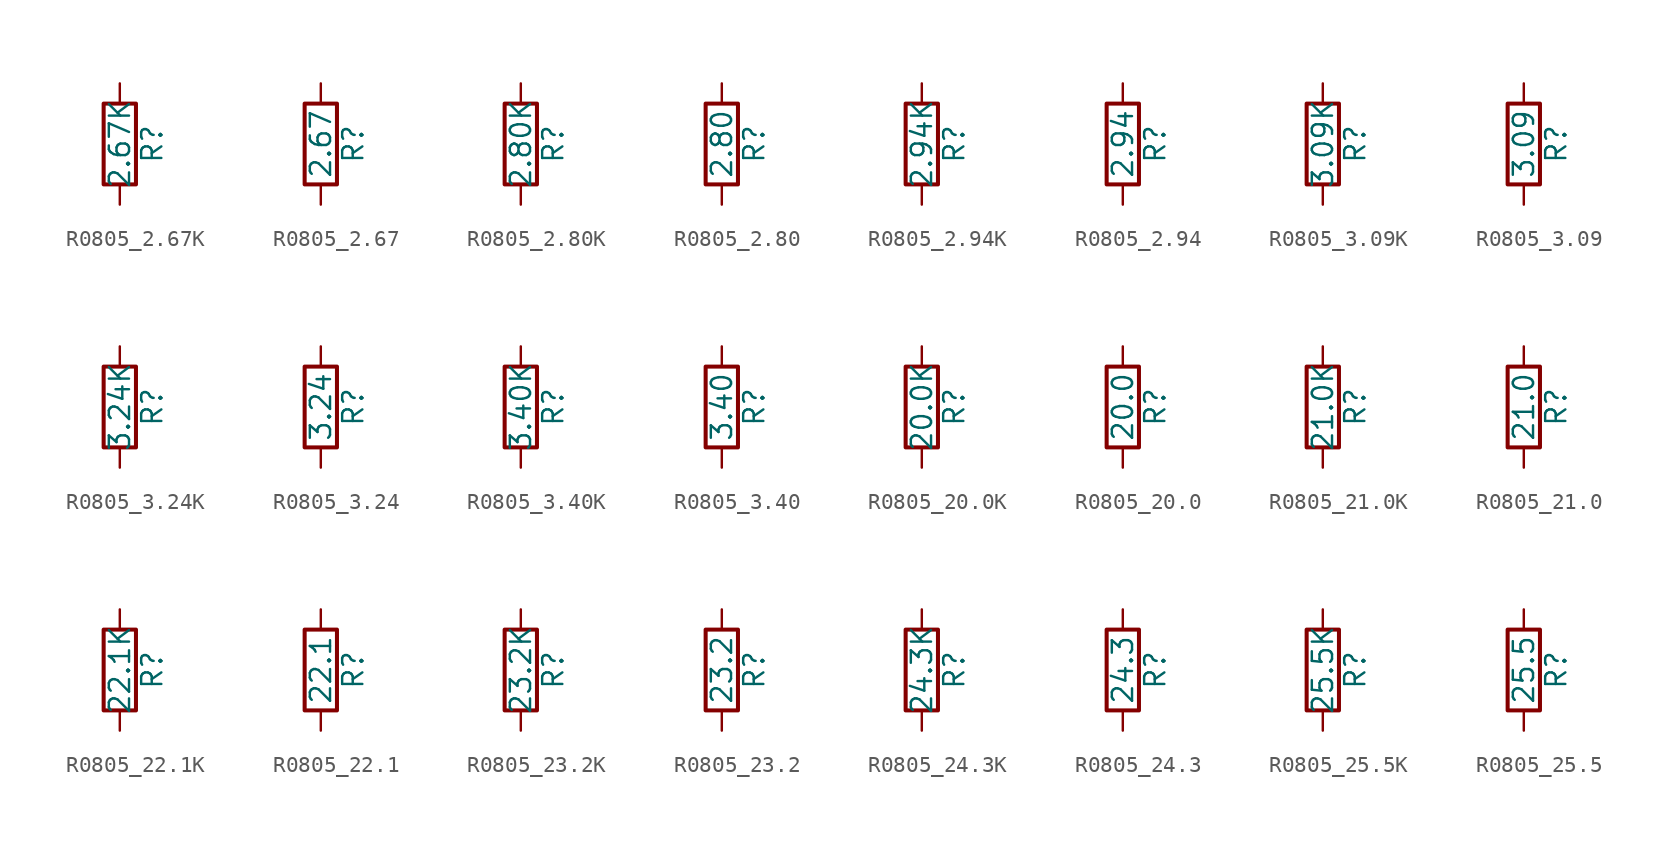
<source format=kicad_sym>
(kicad_symbol_lib
  (version 20211014)
  (generator atlantix-eda)
  (symbol "R0805_2.67K"
    (pin_numbers hide)
    (pin_names
      (offset 0))
    (property "Reference" "R"
      (at 2.032 0 90)
      (effects (font (size 1.27 1.27))))
    (property "Value" "2.67K"
      (at 0 0 90)
      (effects (font (size 1.27 1.27))))
    (symbol "R0805_2.67K_0_1"
      (rectangle (start -1.016 -2.54) (end 1.016 2.54) (stroke (width 0.254) (type default) (color 0 0 0 0)) (fill (type none))))
    (symbol "R0805_2.67K_1_1"
      (pin passive line (at 0 3.81 270) (length 1.27) (name "~" (effects (font (size 1.27 1.27)))) (number "1" (effects (font (size 1.27 1.27)))))
      (pin passive line (at 0 -3.81 90) (length 1.27) (name "~" (effects (font (size 1.27 1.27)))) (number "2" (effects (font (size 1.27 1.27)))))))
  (symbol "R0805_2.67"
    (pin_numbers hide)
    (pin_names
      (offset 0))
    (property "Reference" "R"
      (at 2.032 0 90)
      (effects (font (size 1.27 1.27))))
    (property "Value" "2.67"
      (at 0 0 90)
      (effects (font (size 1.27 1.27))))
    (symbol "R0805_2.67_0_1"
      (rectangle (start -1.016 -2.54) (end 1.016 2.54) (stroke (width 0.254) (type default) (color 0 0 0 0)) (fill (type none))))
    (symbol "R0805_2.67_1_1"
      (pin passive line (at 0 3.81 270) (length 1.27) (name "~" (effects (font (size 1.27 1.27)))) (number "1" (effects (font (size 1.27 1.27)))))
      (pin passive line (at 0 -3.81 90) (length 1.27) (name "~" (effects (font (size 1.27 1.27)))) (number "2" (effects (font (size 1.27 1.27)))))))
  (symbol "R0805_2.80K"
    (pin_numbers hide)
    (pin_names
      (offset 0))
    (property "Reference" "R"
      (at 2.032 0 90)
      (effects (font (size 1.27 1.27))))
    (property "Value" "2.80K"
      (at 0 0 90)
      (effects (font (size 1.27 1.27))))
    (symbol "R0805_2.80K_0_1"
      (rectangle (start -1.016 -2.54) (end 1.016 2.54) (stroke (width 0.254) (type default) (color 0 0 0 0)) (fill (type none))))
    (symbol "R0805_2.80K_1_1"
      (pin passive line (at 0 3.81 270) (length 1.27) (name "~" (effects (font (size 1.27 1.27)))) (number "1" (effects (font (size 1.27 1.27)))))
      (pin passive line (at 0 -3.81 90) (length 1.27) (name "~" (effects (font (size 1.27 1.27)))) (number "2" (effects (font (size 1.27 1.27)))))))
  (symbol "R0805_2.80"
    (pin_numbers hide)
    (pin_names
      (offset 0))
    (property "Reference" "R"
      (at 2.032 0 90)
      (effects (font (size 1.27 1.27))))
    (property "Value" "2.80"
      (at 0 0 90)
      (effects (font (size 1.27 1.27))))
    (symbol "R0805_2.80_0_1"
      (rectangle (start -1.016 -2.54) (end 1.016 2.54) (stroke (width 0.254) (type default) (color 0 0 0 0)) (fill (type none))))
    (symbol "R0805_2.80_1_1"
      (pin passive line (at 0 3.81 270) (length 1.27) (name "~" (effects (font (size 1.27 1.27)))) (number "1" (effects (font (size 1.27 1.27)))))
      (pin passive line (at 0 -3.81 90) (length 1.27) (name "~" (effects (font (size 1.27 1.27)))) (number "2" (effects (font (size 1.27 1.27)))))))
  (symbol "R0805_2.94K"
    (pin_numbers hide)
    (pin_names
      (offset 0))
    (property "Reference" "R"
      (at 2.032 0 90)
      (effects (font (size 1.27 1.27))))
    (property "Value" "2.94K"
      (at 0 0 90)
      (effects (font (size 1.27 1.27))))
    (symbol "R0805_2.94K_0_1"
      (rectangle (start -1.016 -2.54) (end 1.016 2.54) (stroke (width 0.254) (type default) (color 0 0 0 0)) (fill (type none))))
    (symbol "R0805_2.94K_1_1"
      (pin passive line (at 0 3.81 270) (length 1.27) (name "~" (effects (font (size 1.27 1.27)))) (number "1" (effects (font (size 1.27 1.27)))))
      (pin passive line (at 0 -3.81 90) (length 1.27) (name "~" (effects (font (size 1.27 1.27)))) (number "2" (effects (font (size 1.27 1.27)))))))
  (symbol "R0805_2.94"
    (pin_numbers hide)
    (pin_names
      (offset 0))
    (property "Reference" "R"
      (at 2.032 0 90)
      (effects (font (size 1.27 1.27))))
    (property "Value" "2.94"
      (at 0 0 90)
      (effects (font (size 1.27 1.27))))
    (symbol "R0805_2.94_0_1"
      (rectangle (start -1.016 -2.54) (end 1.016 2.54) (stroke (width 0.254) (type default) (color 0 0 0 0)) (fill (type none))))
    (symbol "R0805_2.94_1_1"
      (pin passive line (at 0 3.81 270) (length 1.27) (name "~" (effects (font (size 1.27 1.27)))) (number "1" (effects (font (size 1.27 1.27)))))
      (pin passive line (at 0 -3.81 90) (length 1.27) (name "~" (effects (font (size 1.27 1.27)))) (number "2" (effects (font (size 1.27 1.27)))))))
  (symbol "R0805_3.09K"
    (pin_numbers hide)
    (pin_names
      (offset 0))
    (property "Reference" "R"
      (at 2.032 0 90)
      (effects (font (size 1.27 1.27))))
    (property "Value" "3.09K"
      (at 0 0 90)
      (effects (font (size 1.27 1.27))))
    (symbol "R0805_3.09K_0_1"
      (rectangle (start -1.016 -2.54) (end 1.016 2.54) (stroke (width 0.254) (type default) (color 0 0 0 0)) (fill (type none))))
    (symbol "R0805_3.09K_1_1"
      (pin passive line (at 0 3.81 270) (length 1.27) (name "~" (effects (font (size 1.27 1.27)))) (number "1" (effects (font (size 1.27 1.27)))))
      (pin passive line (at 0 -3.81 90) (length 1.27) (name "~" (effects (font (size 1.27 1.27)))) (number "2" (effects (font (size 1.27 1.27)))))))
  (symbol "R0805_3.09"
    (pin_numbers hide)
    (pin_names
      (offset 0))
    (property "Reference" "R"
      (at 2.032 0 90)
      (effects (font (size 1.27 1.27))))
    (property "Value" "3.09"
      (at 0 0 90)
      (effects (font (size 1.27 1.27))))
    (symbol "R0805_3.09_0_1"
      (rectangle (start -1.016 -2.54) (end 1.016 2.54) (stroke (width 0.254) (type default) (color 0 0 0 0)) (fill (type none))))
    (symbol "R0805_3.09_1_1"
      (pin passive line (at 0 3.81 270) (length 1.27) (name "~" (effects (font (size 1.27 1.27)))) (number "1" (effects (font (size 1.27 1.27)))))
      (pin passive line (at 0 -3.81 90) (length 1.27) (name "~" (effects (font (size 1.27 1.27)))) (number "2" (effects (font (size 1.27 1.27)))))))
  (symbol "R0805_3.24K"
    (pin_numbers hide)
    (pin_names
      (offset 0))
    (property "Reference" "R"
      (at 2.032 0 90)
      (effects (font (size 1.27 1.27))))
    (property "Value" "3.24K"
      (at 0 0 90)
      (effects (font (size 1.27 1.27))))
    (symbol "R0805_3.24K_0_1"
      (rectangle (start -1.016 -2.54) (end 1.016 2.54) (stroke (width 0.254) (type default) (color 0 0 0 0)) (fill (type none))))
    (symbol "R0805_3.24K_1_1"
      (pin passive line (at 0 3.81 270) (length 1.27) (name "~" (effects (font (size 1.27 1.27)))) (number "1" (effects (font (size 1.27 1.27)))))
      (pin passive line (at 0 -3.81 90) (length 1.27) (name "~" (effects (font (size 1.27 1.27)))) (number "2" (effects (font (size 1.27 1.27)))))))
  (symbol "R0805_3.24"
    (pin_numbers hide)
    (pin_names
      (offset 0))
    (property "Reference" "R"
      (at 2.032 0 90)
      (effects (font (size 1.27 1.27))))
    (property "Value" "3.24"
      (at 0 0 90)
      (effects (font (size 1.27 1.27))))
    (symbol "R0805_3.24_0_1"
      (rectangle (start -1.016 -2.54) (end 1.016 2.54) (stroke (width 0.254) (type default) (color 0 0 0 0)) (fill (type none))))
    (symbol "R0805_3.24_1_1"
      (pin passive line (at 0 3.81 270) (length 1.27) (name "~" (effects (font (size 1.27 1.27)))) (number "1" (effects (font (size 1.27 1.27)))))
      (pin passive line (at 0 -3.81 90) (length 1.27) (name "~" (effects (font (size 1.27 1.27)))) (number "2" (effects (font (size 1.27 1.27)))))))
  (symbol "R0805_3.40K"
    (pin_numbers hide)
    (pin_names
      (offset 0))
    (property "Reference" "R"
      (at 2.032 0 90)
      (effects (font (size 1.27 1.27))))
    (property "Value" "3.40K"
      (at 0 0 90)
      (effects (font (size 1.27 1.27))))
    (symbol "R0805_3.40K_0_1"
      (rectangle (start -1.016 -2.54) (end 1.016 2.54) (stroke (width 0.254) (type default) (color 0 0 0 0)) (fill (type none))))
    (symbol "R0805_3.40K_1_1"
      (pin passive line (at 0 3.81 270) (length 1.27) (name "~" (effects (font (size 1.27 1.27)))) (number "1" (effects (font (size 1.27 1.27)))))
      (pin passive line (at 0 -3.81 90) (length 1.27) (name "~" (effects (font (size 1.27 1.27)))) (number "2" (effects (font (size 1.27 1.27)))))))
  (symbol "R0805_3.40"
    (pin_numbers hide)
    (pin_names
      (offset 0))
    (property "Reference" "R"
      (at 2.032 0 90)
      (effects (font (size 1.27 1.27))))
    (property "Value" "3.40"
      (at 0 0 90)
      (effects (font (size 1.27 1.27))))
    (symbol "R0805_3.40_0_1"
      (rectangle (start -1.016 -2.54) (end 1.016 2.54) (stroke (width 0.254) (type default) (color 0 0 0 0)) (fill (type none))))
    (symbol "R0805_3.40_1_1"
      (pin passive line (at 0 3.81 270) (length 1.27) (name "~" (effects (font (size 1.27 1.27)))) (number "1" (effects (font (size 1.27 1.27)))))
      (pin passive line (at 0 -3.81 90) (length 1.27) (name "~" (effects (font (size 1.27 1.27)))) (number "2" (effects (font (size 1.27 1.27)))))))
  (symbol "R0805_20.0K"
    (pin_numbers hide)
    (pin_names
      (offset 0))
    (property "Reference" "R"
      (at 2.032 0 90)
      (effects (font (size 1.27 1.27))))
    (property "Value" "20.0K"
      (at 0 0 90)
      (effects (font (size 1.27 1.27))))
    (symbol "R0805_20.0K_0_1"
      (rectangle (start -1.016 -2.54) (end 1.016 2.54) (stroke (width 0.254) (type default) (color 0 0 0 0)) (fill (type none))))
    (symbol "R0805_20.0K_1_1"
      (pin passive line (at 0 3.81 270) (length 1.27) (name "~" (effects (font (size 1.27 1.27)))) (number "1" (effects (font (size 1.27 1.27)))))
      (pin passive line (at 0 -3.81 90) (length 1.27) (name "~" (effects (font (size 1.27 1.27)))) (number "2" (effects (font (size 1.27 1.27)))))))
  (symbol "R0805_20.0"
    (pin_numbers hide)
    (pin_names
      (offset 0))
    (property "Reference" "R"
      (at 2.032 0 90)
      (effects (font (size 1.27 1.27))))
    (property "Value" "20.0"
      (at 0 0 90)
      (effects (font (size 1.27 1.27))))
    (symbol "R0805_20.0_0_1"
      (rectangle (start -1.016 -2.54) (end 1.016 2.54) (stroke (width 0.254) (type default) (color 0 0 0 0)) (fill (type none))))
    (symbol "R0805_20.0_1_1"
      (pin passive line (at 0 3.81 270) (length 1.27) (name "~" (effects (font (size 1.27 1.27)))) (number "1" (effects (font (size 1.27 1.27)))))
      (pin passive line (at 0 -3.81 90) (length 1.27) (name "~" (effects (font (size 1.27 1.27)))) (number "2" (effects (font (size 1.27 1.27)))))))
  (symbol "R0805_21.0K"
    (pin_numbers hide)
    (pin_names
      (offset 0))
    (property "Reference" "R"
      (at 2.032 0 90)
      (effects (font (size 1.27 1.27))))
    (property "Value" "21.0K"
      (at 0 0 90)
      (effects (font (size 1.27 1.27))))
    (symbol "R0805_21.0K_0_1"
      (rectangle (start -1.016 -2.54) (end 1.016 2.54) (stroke (width 0.254) (type default) (color 0 0 0 0)) (fill (type none))))
    (symbol "R0805_21.0K_1_1"
      (pin passive line (at 0 3.81 270) (length 1.27) (name "~" (effects (font (size 1.27 1.27)))) (number "1" (effects (font (size 1.27 1.27)))))
      (pin passive line (at 0 -3.81 90) (length 1.27) (name "~" (effects (font (size 1.27 1.27)))) (number "2" (effects (font (size 1.27 1.27)))))))
  (symbol "R0805_21.0"
    (pin_numbers hide)
    (pin_names
      (offset 0))
    (property "Reference" "R"
      (at 2.032 0 90)
      (effects (font (size 1.27 1.27))))
    (property "Value" "21.0"
      (at 0 0 90)
      (effects (font (size 1.27 1.27))))
    (symbol "R0805_21.0_0_1"
      (rectangle (start -1.016 -2.54) (end 1.016 2.54) (stroke (width 0.254) (type default) (color 0 0 0 0)) (fill (type none))))
    (symbol "R0805_21.0_1_1"
      (pin passive line (at 0 3.81 270) (length 1.27) (name "~" (effects (font (size 1.27 1.27)))) (number "1" (effects (font (size 1.27 1.27)))))
      (pin passive line (at 0 -3.81 90) (length 1.27) (name "~" (effects (font (size 1.27 1.27)))) (number "2" (effects (font (size 1.27 1.27)))))))
  (symbol "R0805_22.1K"
    (pin_numbers hide)
    (pin_names
      (offset 0))
    (property "Reference" "R"
      (at 2.032 0 90)
      (effects (font (size 1.27 1.27))))
    (property "Value" "22.1K"
      (at 0 0 90)
      (effects (font (size 1.27 1.27))))
    (symbol "R0805_22.1K_0_1"
      (rectangle (start -1.016 -2.54) (end 1.016 2.54) (stroke (width 0.254) (type default) (color 0 0 0 0)) (fill (type none))))
    (symbol "R0805_22.1K_1_1"
      (pin passive line (at 0 3.81 270) (length 1.27) (name "~" (effects (font (size 1.27 1.27)))) (number "1" (effects (font (size 1.27 1.27)))))
      (pin passive line (at 0 -3.81 90) (length 1.27) (name "~" (effects (font (size 1.27 1.27)))) (number "2" (effects (font (size 1.27 1.27)))))))
  (symbol "R0805_22.1"
    (pin_numbers hide)
    (pin_names
      (offset 0))
    (property "Reference" "R"
      (at 2.032 0 90)
      (effects (font (size 1.27 1.27))))
    (property "Value" "22.1"
      (at 0 0 90)
      (effects (font (size 1.27 1.27))))
    (symbol "R0805_22.1_0_1"
      (rectangle (start -1.016 -2.54) (end 1.016 2.54) (stroke (width 0.254) (type default) (color 0 0 0 0)) (fill (type none))))
    (symbol "R0805_22.1_1_1"
      (pin passive line (at 0 3.81 270) (length 1.27) (name "~" (effects (font (size 1.27 1.27)))) (number "1" (effects (font (size 1.27 1.27)))))
      (pin passive line (at 0 -3.81 90) (length 1.27) (name "~" (effects (font (size 1.27 1.27)))) (number "2" (effects (font (size 1.27 1.27)))))))
  (symbol "R0805_23.2K"
    (pin_numbers hide)
    (pin_names
      (offset 0))
    (property "Reference" "R"
      (at 2.032 0 90)
      (effects (font (size 1.27 1.27))))
    (property "Value" "23.2K"
      (at 0 0 90)
      (effects (font (size 1.27 1.27))))
    (symbol "R0805_23.2K_0_1"
      (rectangle (start -1.016 -2.54) (end 1.016 2.54) (stroke (width 0.254) (type default) (color 0 0 0 0)) (fill (type none))))
    (symbol "R0805_23.2K_1_1"
      (pin passive line (at 0 3.81 270) (length 1.27) (name "~" (effects (font (size 1.27 1.27)))) (number "1" (effects (font (size 1.27 1.27)))))
      (pin passive line (at 0 -3.81 90) (length 1.27) (name "~" (effects (font (size 1.27 1.27)))) (number "2" (effects (font (size 1.27 1.27)))))))
  (symbol "R0805_23.2"
    (pin_numbers hide)
    (pin_names
      (offset 0))
    (property "Reference" "R"
      (at 2.032 0 90)
      (effects (font (size 1.27 1.27))))
    (property "Value" "23.2"
      (at 0 0 90)
      (effects (font (size 1.27 1.27))))
    (symbol "R0805_23.2_0_1"
      (rectangle (start -1.016 -2.54) (end 1.016 2.54) (stroke (width 0.254) (type default) (color 0 0 0 0)) (fill (type none))))
    (symbol "R0805_23.2_1_1"
      (pin passive line (at 0 3.81 270) (length 1.27) (name "~" (effects (font (size 1.27 1.27)))) (number "1" (effects (font (size 1.27 1.27)))))
      (pin passive line (at 0 -3.81 90) (length 1.27) (name "~" (effects (font (size 1.27 1.27)))) (number "2" (effects (font (size 1.27 1.27)))))))
  (symbol "R0805_24.3K"
    (pin_numbers hide)
    (pin_names
      (offset 0))
    (property "Reference" "R"
      (at 2.032 0 90)
      (effects (font (size 1.27 1.27))))
    (property "Value" "24.3K"
      (at 0 0 90)
      (effects (font (size 1.27 1.27))))
    (symbol "R0805_24.3K_0_1"
      (rectangle (start -1.016 -2.54) (end 1.016 2.54) (stroke (width 0.254) (type default) (color 0 0 0 0)) (fill (type none))))
    (symbol "R0805_24.3K_1_1"
      (pin passive line (at 0 3.81 270) (length 1.27) (name "~" (effects (font (size 1.27 1.27)))) (number "1" (effects (font (size 1.27 1.27)))))
      (pin passive line (at 0 -3.81 90) (length 1.27) (name "~" (effects (font (size 1.27 1.27)))) (number "2" (effects (font (size 1.27 1.27)))))))
  (symbol "R0805_24.3"
    (pin_numbers hide)
    (pin_names
      (offset 0))
    (property "Reference" "R"
      (at 2.032 0 90)
      (effects (font (size 1.27 1.27))))
    (property "Value" "24.3"
      (at 0 0 90)
      (effects (font (size 1.27 1.27))))
    (symbol "R0805_24.3_0_1"
      (rectangle (start -1.016 -2.54) (end 1.016 2.54) (stroke (width 0.254) (type default) (color 0 0 0 0)) (fill (type none))))
    (symbol "R0805_24.3_1_1"
      (pin passive line (at 0 3.81 270) (length 1.27) (name "~" (effects (font (size 1.27 1.27)))) (number "1" (effects (font (size 1.27 1.27)))))
      (pin passive line (at 0 -3.81 90) (length 1.27) (name "~" (effects (font (size 1.27 1.27)))) (number "2" (effects (font (size 1.27 1.27)))))))
  (symbol "R0805_25.5K"
    (pin_numbers hide)
    (pin_names
      (offset 0))
    (property "Reference" "R"
      (at 2.032 0 90)
      (effects (font (size 1.27 1.27))))
    (property "Value" "25.5K"
      (at 0 0 90)
      (effects (font (size 1.27 1.27))))
    (symbol "R0805_25.5K_0_1"
      (rectangle (start -1.016 -2.54) (end 1.016 2.54) (stroke (width 0.254) (type default) (color 0 0 0 0)) (fill (type none))))
    (symbol "R0805_25.5K_1_1"
      (pin passive line (at 0 3.81 270) (length 1.27) (name "~" (effects (font (size 1.27 1.27)))) (number "1" (effects (font (size 1.27 1.27)))))
      (pin passive line (at 0 -3.81 90) (length 1.27) (name "~" (effects (font (size 1.27 1.27)))) (number "2" (effects (font (size 1.27 1.27)))))))
  (symbol "R0805_25.5"
    (pin_numbers hide)
    (pin_names
      (offset 0))
    (property "Reference" "R"
      (at 2.032 0 90)
      (effects (font (size 1.27 1.27))))
    (property "Value" "25.5"
      (at 0 0 90)
      (effects (font (size 1.27 1.27))))
    (symbol "R0805_25.5_0_1"
      (rectangle (start -1.016 -2.54) (end 1.016 2.54) (stroke (width 0.254) (type default) (color 0 0 0 0)) (fill (type none))))
    (symbol "R0805_25.5_1_1"
      (pin passive line (at 0 3.81 270) (length 1.27) (name "~" (effects (font (size 1.27 1.27)))) (number "1" (effects (font (size 1.27 1.27)))))
      (pin passive line (at 0 -3.81 90) (length 1.27) (name "~" (effects (font (size 1.27 1.27)))) (number "2" (effects (font (size 1.27 1.27))))))))
</source>
